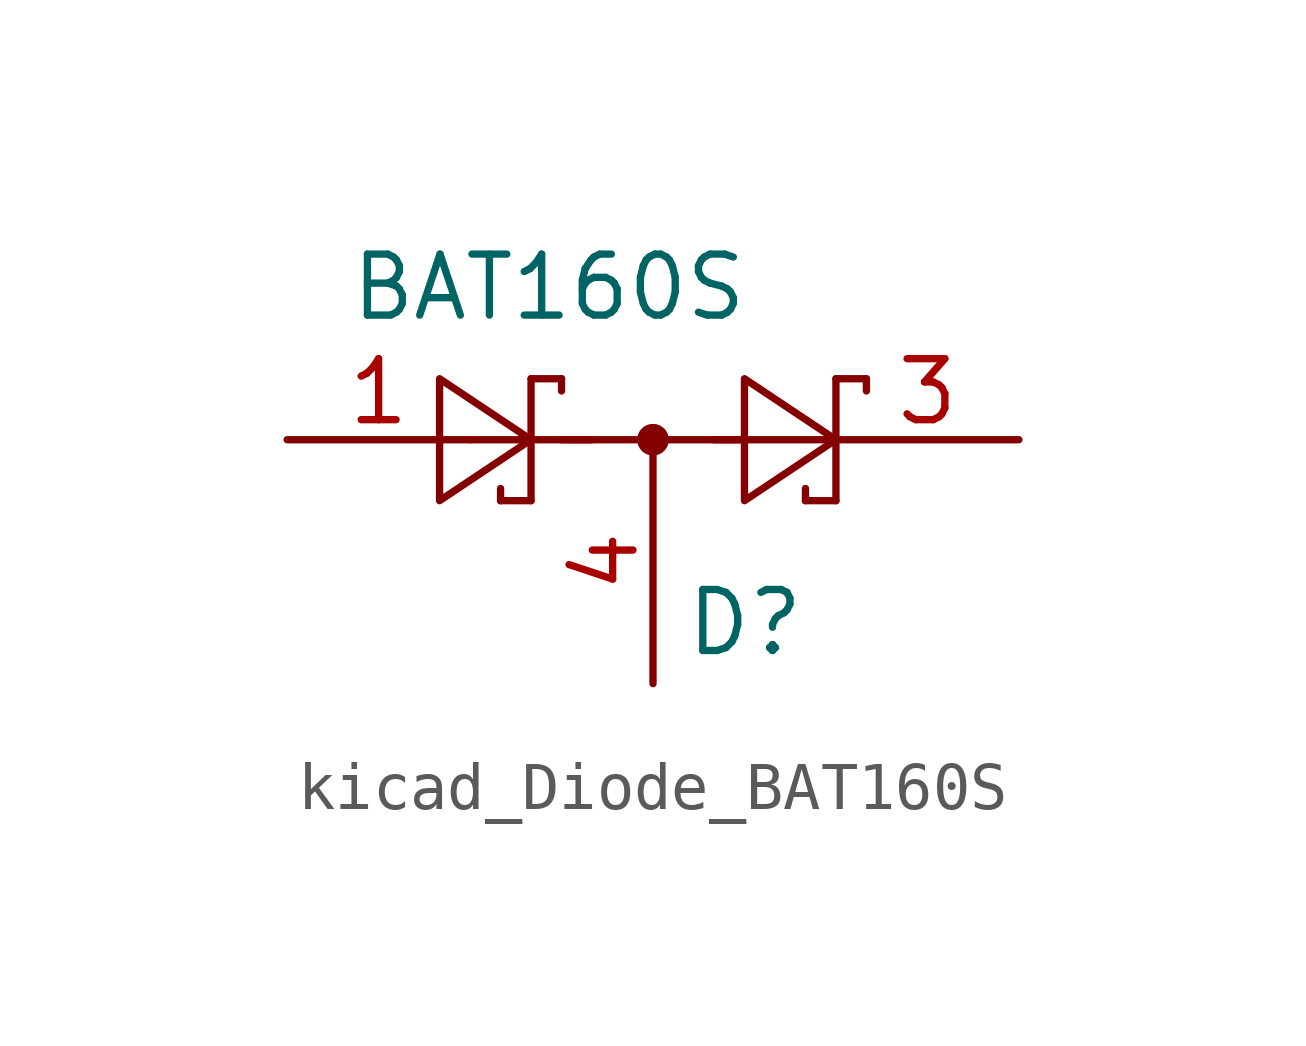
<source format=kicad_sym>
(kicad_symbol_lib
  (version 20220914)
  (generator kicad_symbol_editor)
  (symbol "kicad_Diode_BAT160S"
    (property "Reference" "D"
      (at 0.635 -3.81 0)
      (effects (font (size 1.27 1.27)) (justify left)))
    (property "Value" "BAT160S"
      (at -6.35 3.175 0)
      (effects (font (size 1.27 1.27)) (justify left)))
    (symbol "kicad_Diode_BAT160S_0_1"
      (polyline (pts (xy -3.81 0) (xy -1.27 0)) (stroke (width 0) (type default)) (fill (type none)))
      (polyline (pts (xy -3.175 -1.27) (xy -3.175 -1.016)) (stroke (width 0) (type default)) (fill (type none)))
      (polyline (pts (xy -2.54 -1.27) (xy -3.175 -1.27)) (stroke (width 0) (type default)) (fill (type none)))
      (polyline (pts (xy -2.54 -1.27) (xy -2.54 1.27)) (stroke (width 0) (type default)) (fill (type none)))
      (polyline (pts (xy -2.54 1.27) (xy -1.905 1.27)) (stroke (width 0) (type default)) (fill (type none)))
      (polyline (pts (xy -1.905 0) (xy 1.905 0)) (stroke (width 0) (type default)) (fill (type none)))
      (polyline (pts (xy -1.905 1.27) (xy -1.905 1.016)) (stroke (width 0) (type default)) (fill (type none)))
      (polyline (pts (xy 1.27 0) (xy 3.81 0)) (stroke (width 0) (type default)) (fill (type none)))
      (polyline (pts (xy 3.175 -1.27) (xy 3.175 -1.016)) (stroke (width 0) (type default)) (fill (type none)))
      (polyline (pts (xy 3.81 -1.27) (xy 3.175 -1.27)) (stroke (width 0) (type default)) (fill (type none)))
      (polyline (pts (xy 3.81 -1.27) (xy 3.81 1.27)) (stroke (width 0) (type default)) (fill (type none)))
      (polyline (pts (xy 3.81 1.27) (xy 4.445 1.27)) (stroke (width 0) (type default)) (fill (type none)))
      (polyline (pts (xy 4.445 1.27) (xy 4.445 1.016)) (stroke (width 0) (type default)) (fill (type none)))
      (polyline (pts (xy -4.445 1.27) (xy -4.445 -1.27) (xy -2.54 0) (xy -4.445 1.27)) (stroke (width 0) (type default)) (fill (type none)))
      (polyline (pts (xy 1.905 1.27) (xy 1.905 -1.27) (xy 3.81 0) (xy 1.905 1.27)) (stroke (width 0) (type default)) (fill (type none)))
      (circle (center 0 0) (radius 0.254) (stroke (width 0) (type default)) (fill (type outline))))
    (symbol "kicad_Diode_BAT160S_1_1"
      (pin passive line (at -7.62 0 0) (length 3.81) (name "~" (effects (font (size 1.27 1.27)))) (number "1" (effects (font (size 1.27 1.27)))))
      (pin no_connect line (at 0 0 270) (length 2.54) hide (name "NC" (effects (font (size 1.27 1.27)))) (number "2" (effects (font (size 1.27 1.27)))))
      (pin passive line (at 7.62 0 180) (length 3.81) (name "~" (effects (font (size 1.27 1.27)))) (number "3" (effects (font (size 1.27 1.27)))))
      (pin passive line (at 0 -5.08 90) (length 5.08) (name "~" (effects (font (size 1.27 1.27)))) (number "4" (effects (font (size 1.27 1.27))))))))
</source>
